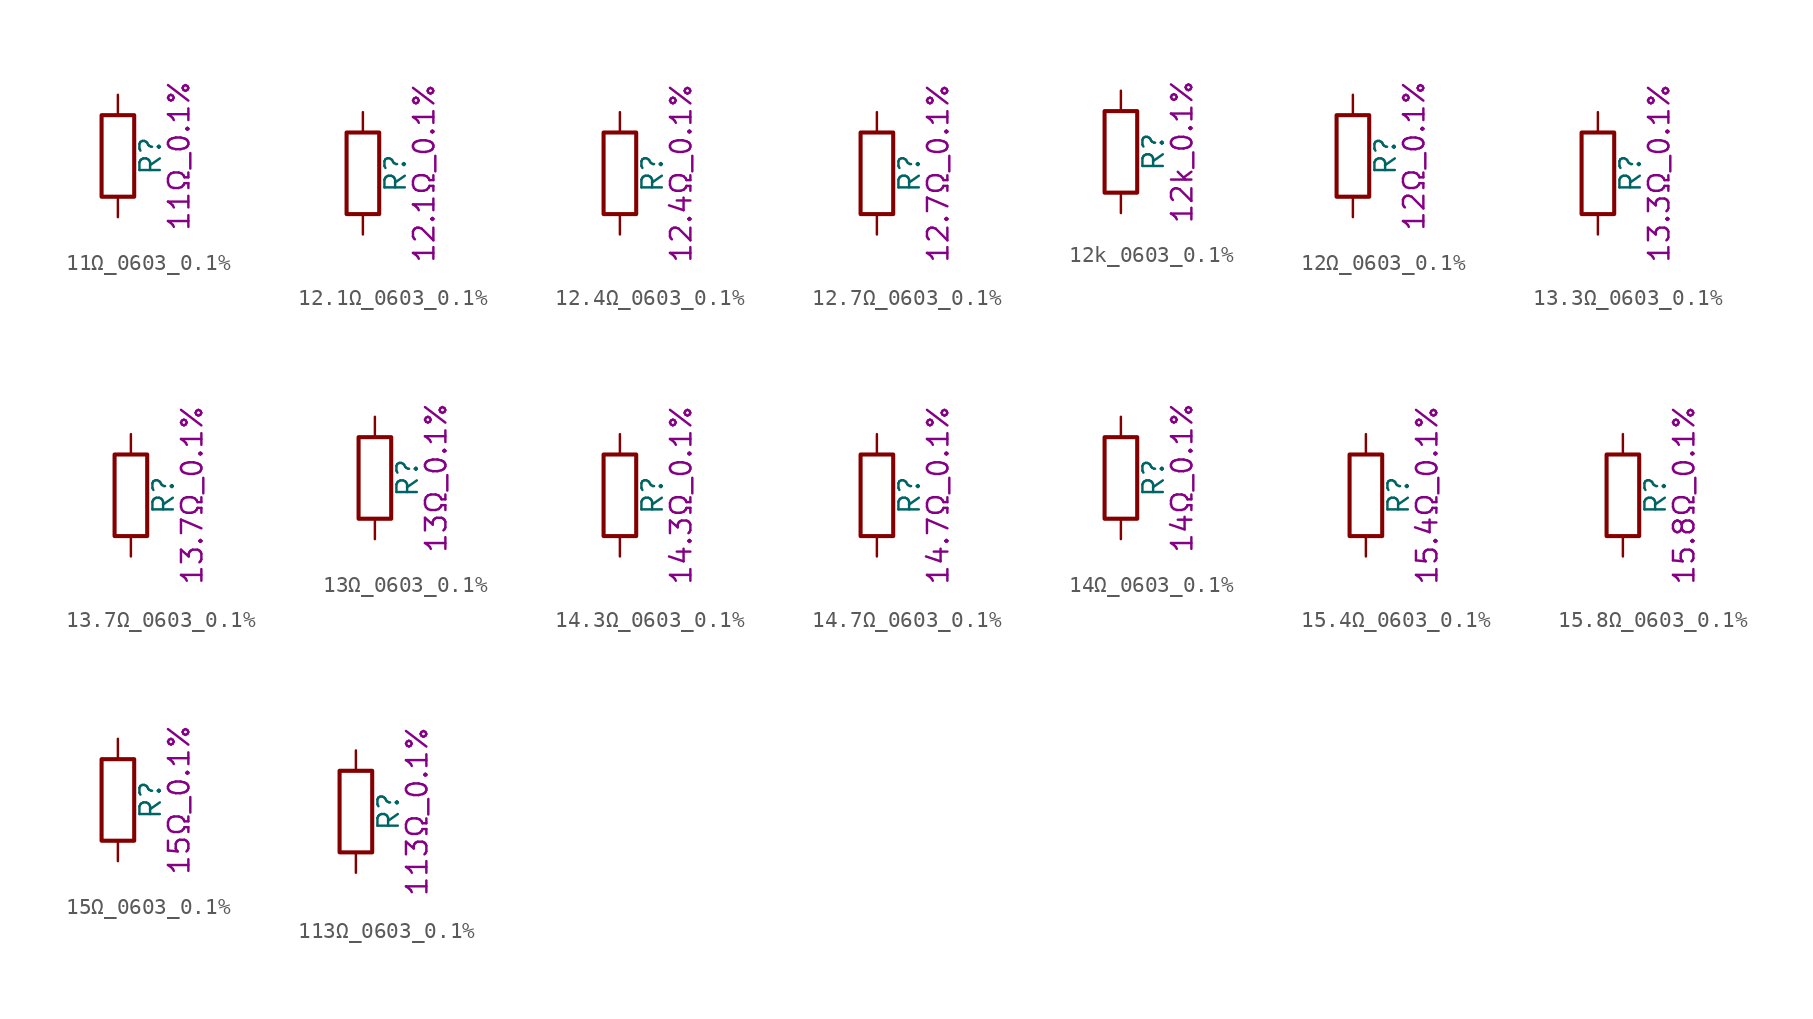
<source format=kicad_sym>
(kicad_symbol_lib
  (version 20211014)
  (generator kicad_symbol_editor)
  (symbol "11Ω_0603_0.1%"
    (pin_numbers hide)
    (pin_names
      (offset 0))
    (property "Reference" "R"
      (at 2.032 0 90)
      (effects (font (size 1.27 1.27))))
    (property "Display" "11Ω_0.1%"
      (at 3.81 0 90)
      (effects (font (size 1.27 1.27))))
    (symbol "11Ω_0603_0.1%_0_1"
      (rectangle (start -1.016 -2.54) (end 1.016 2.54) (stroke (width 0.254) (type default) (color 0 0 0 0)) (fill (type none))))
    (symbol "11Ω_0603_0.1%_1_1"
      (pin passive line (at 0 3.81 270) (length 1.27) (name "~" (effects (font (size 1.27 1.27)))) (number "1" (effects (font (size 1.27 1.27)))))
      (pin passive line (at 0 -3.81 90) (length 1.27) (name "~" (effects (font (size 1.27 1.27)))) (number "2" (effects (font (size 1.27 1.27)))))))
  (symbol "12.1Ω_0603_0.1%"
    (pin_numbers hide)
    (pin_names
      (offset 0))
    (property "Reference" "R"
      (at 2.032 0 90)
      (effects (font (size 1.27 1.27))))
    (property "Display" "12.1Ω_0.1%"
      (at 3.81 0 90)
      (effects (font (size 1.27 1.27))))
    (symbol "12.1Ω_0603_0.1%_0_1"
      (rectangle (start -1.016 -2.54) (end 1.016 2.54) (stroke (width 0.254) (type default) (color 0 0 0 0)) (fill (type none))))
    (symbol "12.1Ω_0603_0.1%_1_1"
      (pin passive line (at 0 3.81 270) (length 1.27) (name "~" (effects (font (size 1.27 1.27)))) (number "1" (effects (font (size 1.27 1.27)))))
      (pin passive line (at 0 -3.81 90) (length 1.27) (name "~" (effects (font (size 1.27 1.27)))) (number "2" (effects (font (size 1.27 1.27)))))))
  (symbol "12.4Ω_0603_0.1%"
    (pin_numbers hide)
    (pin_names
      (offset 0))
    (property "Reference" "R"
      (at 2.032 0 90)
      (effects (font (size 1.27 1.27))))
    (property "Display" "12.4Ω_0.1%"
      (at 3.81 0 90)
      (effects (font (size 1.27 1.27))))
    (symbol "12.4Ω_0603_0.1%_0_1"
      (rectangle (start -1.016 -2.54) (end 1.016 2.54) (stroke (width 0.254) (type default) (color 0 0 0 0)) (fill (type none))))
    (symbol "12.4Ω_0603_0.1%_1_1"
      (pin passive line (at 0 3.81 270) (length 1.27) (name "~" (effects (font (size 1.27 1.27)))) (number "1" (effects (font (size 1.27 1.27)))))
      (pin passive line (at 0 -3.81 90) (length 1.27) (name "~" (effects (font (size 1.27 1.27)))) (number "2" (effects (font (size 1.27 1.27)))))))
  (symbol "12.7Ω_0603_0.1%"
    (pin_numbers hide)
    (pin_names
      (offset 0))
    (property "Reference" "R"
      (at 2.032 0 90)
      (effects (font (size 1.27 1.27))))
    (property "Display" "12.7Ω_0.1%"
      (at 3.81 0 90)
      (effects (font (size 1.27 1.27))))
    (symbol "12.7Ω_0603_0.1%_0_1"
      (rectangle (start -1.016 -2.54) (end 1.016 2.54) (stroke (width 0.254) (type default) (color 0 0 0 0)) (fill (type none))))
    (symbol "12.7Ω_0603_0.1%_1_1"
      (pin passive line (at 0 3.81 270) (length 1.27) (name "~" (effects (font (size 1.27 1.27)))) (number "1" (effects (font (size 1.27 1.27)))))
      (pin passive line (at 0 -3.81 90) (length 1.27) (name "~" (effects (font (size 1.27 1.27)))) (number "2" (effects (font (size 1.27 1.27)))))))
  (symbol "12k_0603_0.1%"
    (pin_numbers hide)
    (pin_names
      (offset 0))
    (property "Reference" "R"
      (at 2.032 0 90)
      (effects (font (size 1.27 1.27))))
    (property "Display" "12k_0.1%"
      (at 3.81 0 90)
      (effects (font (size 1.27 1.27))))
    (symbol "12k_0603_0.1%_0_1"
      (rectangle (start -1.016 -2.54) (end 1.016 2.54) (stroke (width 0.254) (type default) (color 0 0 0 0)) (fill (type none))))
    (symbol "12k_0603_0.1%_1_1"
      (pin passive line (at 0 3.81 270) (length 1.27) (name "~" (effects (font (size 1.27 1.27)))) (number "1" (effects (font (size 1.27 1.27)))))
      (pin passive line (at 0 -3.81 90) (length 1.27) (name "~" (effects (font (size 1.27 1.27)))) (number "2" (effects (font (size 1.27 1.27)))))))
  (symbol "12Ω_0603_0.1%"
    (pin_numbers hide)
    (pin_names
      (offset 0))
    (property "Reference" "R"
      (at 2.032 0 90)
      (effects (font (size 1.27 1.27))))
    (property "Display" "12Ω_0.1%"
      (at 3.81 0 90)
      (effects (font (size 1.27 1.27))))
    (symbol "12Ω_0603_0.1%_0_1"
      (rectangle (start -1.016 -2.54) (end 1.016 2.54) (stroke (width 0.254) (type default) (color 0 0 0 0)) (fill (type none))))
    (symbol "12Ω_0603_0.1%_1_1"
      (pin passive line (at 0 3.81 270) (length 1.27) (name "~" (effects (font (size 1.27 1.27)))) (number "1" (effects (font (size 1.27 1.27)))))
      (pin passive line (at 0 -3.81 90) (length 1.27) (name "~" (effects (font (size 1.27 1.27)))) (number "2" (effects (font (size 1.27 1.27)))))))
  (symbol "13.3Ω_0603_0.1%"
    (pin_numbers hide)
    (pin_names
      (offset 0))
    (property "Reference" "R"
      (at 2.032 0 90)
      (effects (font (size 1.27 1.27))))
    (property "Display" "13.3Ω_0.1%"
      (at 3.81 0 90)
      (effects (font (size 1.27 1.27))))
    (symbol "13.3Ω_0603_0.1%_0_1"
      (rectangle (start -1.016 -2.54) (end 1.016 2.54) (stroke (width 0.254) (type default) (color 0 0 0 0)) (fill (type none))))
    (symbol "13.3Ω_0603_0.1%_1_1"
      (pin passive line (at 0 3.81 270) (length 1.27) (name "~" (effects (font (size 1.27 1.27)))) (number "1" (effects (font (size 1.27 1.27)))))
      (pin passive line (at 0 -3.81 90) (length 1.27) (name "~" (effects (font (size 1.27 1.27)))) (number "2" (effects (font (size 1.27 1.27)))))))
  (symbol "13.7Ω_0603_0.1%"
    (pin_numbers hide)
    (pin_names
      (offset 0))
    (property "Reference" "R"
      (at 2.032 0 90)
      (effects (font (size 1.27 1.27))))
    (property "Display" "13.7Ω_0.1%"
      (at 3.81 0 90)
      (effects (font (size 1.27 1.27))))
    (symbol "13.7Ω_0603_0.1%_0_1"
      (rectangle (start -1.016 -2.54) (end 1.016 2.54) (stroke (width 0.254) (type default) (color 0 0 0 0)) (fill (type none))))
    (symbol "13.7Ω_0603_0.1%_1_1"
      (pin passive line (at 0 3.81 270) (length 1.27) (name "~" (effects (font (size 1.27 1.27)))) (number "1" (effects (font (size 1.27 1.27)))))
      (pin passive line (at 0 -3.81 90) (length 1.27) (name "~" (effects (font (size 1.27 1.27)))) (number "2" (effects (font (size 1.27 1.27)))))))
  (symbol "13Ω_0603_0.1%"
    (pin_numbers hide)
    (pin_names
      (offset 0))
    (property "Reference" "R"
      (at 2.032 0 90)
      (effects (font (size 1.27 1.27))))
    (property "Display" "13Ω_0.1%"
      (at 3.81 0 90)
      (effects (font (size 1.27 1.27))))
    (symbol "13Ω_0603_0.1%_0_1"
      (rectangle (start -1.016 -2.54) (end 1.016 2.54) (stroke (width 0.254) (type default) (color 0 0 0 0)) (fill (type none))))
    (symbol "13Ω_0603_0.1%_1_1"
      (pin passive line (at 0 3.81 270) (length 1.27) (name "~" (effects (font (size 1.27 1.27)))) (number "1" (effects (font (size 1.27 1.27)))))
      (pin passive line (at 0 -3.81 90) (length 1.27) (name "~" (effects (font (size 1.27 1.27)))) (number "2" (effects (font (size 1.27 1.27)))))))
  (symbol "14.3Ω_0603_0.1%"
    (pin_numbers hide)
    (pin_names
      (offset 0))
    (property "Reference" "R"
      (at 2.032 0 90)
      (effects (font (size 1.27 1.27))))
    (property "Display" "14.3Ω_0.1%"
      (at 3.81 0 90)
      (effects (font (size 1.27 1.27))))
    (symbol "14.3Ω_0603_0.1%_0_1"
      (rectangle (start -1.016 -2.54) (end 1.016 2.54) (stroke (width 0.254) (type default) (color 0 0 0 0)) (fill (type none))))
    (symbol "14.3Ω_0603_0.1%_1_1"
      (pin passive line (at 0 3.81 270) (length 1.27) (name "~" (effects (font (size 1.27 1.27)))) (number "1" (effects (font (size 1.27 1.27)))))
      (pin passive line (at 0 -3.81 90) (length 1.27) (name "~" (effects (font (size 1.27 1.27)))) (number "2" (effects (font (size 1.27 1.27)))))))
  (symbol "14.7Ω_0603_0.1%"
    (pin_numbers hide)
    (pin_names
      (offset 0))
    (property "Reference" "R"
      (at 2.032 0 90)
      (effects (font (size 1.27 1.27))))
    (property "Display" "14.7Ω_0.1%"
      (at 3.81 0 90)
      (effects (font (size 1.27 1.27))))
    (symbol "14.7Ω_0603_0.1%_0_1"
      (rectangle (start -1.016 -2.54) (end 1.016 2.54) (stroke (width 0.254) (type default) (color 0 0 0 0)) (fill (type none))))
    (symbol "14.7Ω_0603_0.1%_1_1"
      (pin passive line (at 0 3.81 270) (length 1.27) (name "~" (effects (font (size 1.27 1.27)))) (number "1" (effects (font (size 1.27 1.27)))))
      (pin passive line (at 0 -3.81 90) (length 1.27) (name "~" (effects (font (size 1.27 1.27)))) (number "2" (effects (font (size 1.27 1.27)))))))
  (symbol "14Ω_0603_0.1%"
    (pin_numbers hide)
    (pin_names
      (offset 0))
    (property "Reference" "R"
      (at 2.032 0 90)
      (effects (font (size 1.27 1.27))))
    (property "Display" "14Ω_0.1%"
      (at 3.81 0 90)
      (effects (font (size 1.27 1.27))))
    (symbol "14Ω_0603_0.1%_0_1"
      (rectangle (start -1.016 -2.54) (end 1.016 2.54) (stroke (width 0.254) (type default) (color 0 0 0 0)) (fill (type none))))
    (symbol "14Ω_0603_0.1%_1_1"
      (pin passive line (at 0 3.81 270) (length 1.27) (name "~" (effects (font (size 1.27 1.27)))) (number "1" (effects (font (size 1.27 1.27)))))
      (pin passive line (at 0 -3.81 90) (length 1.27) (name "~" (effects (font (size 1.27 1.27)))) (number "2" (effects (font (size 1.27 1.27)))))))
  (symbol "15.4Ω_0603_0.1%"
    (pin_numbers hide)
    (pin_names
      (offset 0))
    (property "Reference" "R"
      (at 2.032 0 90)
      (effects (font (size 1.27 1.27))))
    (property "Display" "15.4Ω_0.1%"
      (at 3.81 0 90)
      (effects (font (size 1.27 1.27))))
    (symbol "15.4Ω_0603_0.1%_0_1"
      (rectangle (start -1.016 -2.54) (end 1.016 2.54) (stroke (width 0.254) (type default) (color 0 0 0 0)) (fill (type none))))
    (symbol "15.4Ω_0603_0.1%_1_1"
      (pin passive line (at 0 3.81 270) (length 1.27) (name "~" (effects (font (size 1.27 1.27)))) (number "1" (effects (font (size 1.27 1.27)))))
      (pin passive line (at 0 -3.81 90) (length 1.27) (name "~" (effects (font (size 1.27 1.27)))) (number "2" (effects (font (size 1.27 1.27)))))))
  (symbol "15.8Ω_0603_0.1%"
    (pin_numbers hide)
    (pin_names
      (offset 0))
    (property "Reference" "R"
      (at 2.032 0 90)
      (effects (font (size 1.27 1.27))))
    (property "Display" "15.8Ω_0.1%"
      (at 3.81 0 90)
      (effects (font (size 1.27 1.27))))
    (symbol "15.8Ω_0603_0.1%_0_1"
      (rectangle (start -1.016 -2.54) (end 1.016 2.54) (stroke (width 0.254) (type default) (color 0 0 0 0)) (fill (type none))))
    (symbol "15.8Ω_0603_0.1%_1_1"
      (pin passive line (at 0 3.81 270) (length 1.27) (name "~" (effects (font (size 1.27 1.27)))) (number "1" (effects (font (size 1.27 1.27)))))
      (pin passive line (at 0 -3.81 90) (length 1.27) (name "~" (effects (font (size 1.27 1.27)))) (number "2" (effects (font (size 1.27 1.27)))))))
  (symbol "15Ω_0603_0.1%"
    (pin_numbers hide)
    (pin_names
      (offset 0))
    (property "Reference" "R"
      (at 2.032 0 90)
      (effects (font (size 1.27 1.27))))
    (property "Display" "15Ω_0.1%"
      (at 3.81 0 90)
      (effects (font (size 1.27 1.27))))
    (symbol "15Ω_0603_0.1%_0_1"
      (rectangle (start -1.016 -2.54) (end 1.016 2.54) (stroke (width 0.254) (type default) (color 0 0 0 0)) (fill (type none))))
    (symbol "15Ω_0603_0.1%_1_1"
      (pin passive line (at 0 3.81 270) (length 1.27) (name "~" (effects (font (size 1.27 1.27)))) (number "1" (effects (font (size 1.27 1.27)))))
      (pin passive line (at 0 -3.81 90) (length 1.27) (name "~" (effects (font (size 1.27 1.27)))) (number "2" (effects (font (size 1.27 1.27)))))))
  (symbol "113Ω_0603_0.1%"
    (pin_numbers hide)
    (pin_names
      (offset 0))
    (property "Reference" "R"
      (at 2.032 0 90)
      (effects (font (size 1.27 1.27))))
    (property "Display" "113Ω_0.1%"
      (at 3.81 0 90)
      (effects (font (size 1.27 1.27))))
    (symbol "113Ω_0603_0.1%_0_1"
      (rectangle (start -1.016 -2.54) (end 1.016 2.54) (stroke (width 0.254) (type default) (color 0 0 0 0)) (fill (type none))))
    (symbol "113Ω_0603_0.1%_1_1"
      (pin passive line (at 0 3.81 270) (length 1.27) (name "~" (effects (font (size 1.27 1.27)))) (number "1" (effects (font (size 1.27 1.27)))))
      (pin passive line (at 0 -3.81 90) (length 1.27) (name "~" (effects (font (size 1.27 1.27)))) (number "2" (effects (font (size 1.27 1.27))))))))
</source>
